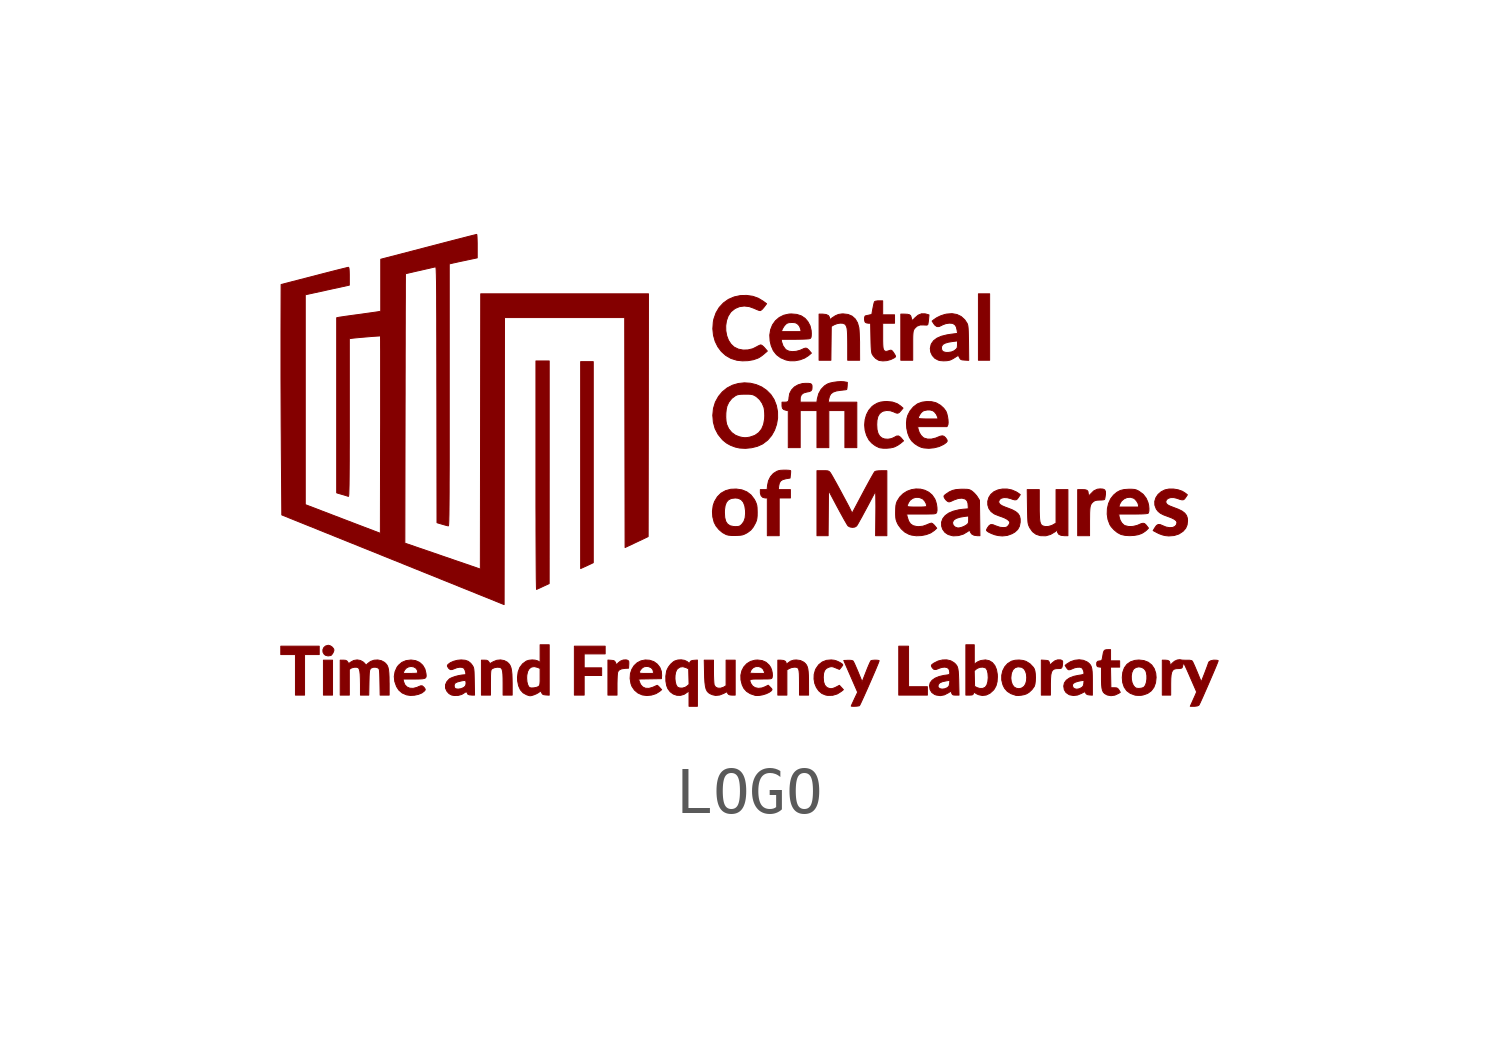
<source format=kicad_sym>
(kicad_symbol_lib
  (version 20220914)
  (generator "bitmap2component")
  (generator_version "8.0")
  (symbol "LOGO"
    (pin_names
      (offset 1.016))
    (property "Reference" "#G"
      (at 0 4.391 0)
      (effects (font (size 1.27 1.27)) hide))
    (symbol "LOGO_0_0"
      (polyline (pts (xy -1.104 -4.548) (xy -1.104 -4.055) (xy -1.174 -4.06) (xy -1.211 -4.064) (xy -1.243 -4.075) (xy -1.261 -4.097) (xy -1.277 -4.13) (xy -1.308 -4.1) (xy -1.322 -4.088) (xy -1.379 -4.061) (xy -1.449 -4.05) (xy -1.522 -4.054) (xy -1.588 -4.075) (xy -1.616 -4.092) (xy -1.673 -4.142) (xy -1.722 -4.206) (xy -1.755 -4.272) (xy -1.763 -4.301) (xy -1.778 -4.399) (xy -1.777 -4.455) (xy -1.583 -4.455) (xy -1.581 -4.383) (xy -1.569 -4.316) (xy -1.547 -4.264) (xy -1.529 -4.241) (xy -1.477 -4.205) (xy -1.415 -4.196) (xy -1.348 -4.215) (xy -1.29 -4.243) (xy -1.286 -4.409) (xy -1.282 -4.575) (xy -1.328 -4.614) (xy -1.367 -4.638) (xy -1.424 -4.653) (xy -1.481 -4.652) (xy -1.525 -4.635) (xy -1.532 -4.629) (xy -1.558 -4.587) (xy -1.575 -4.526) (xy -1.583 -4.455) (xy -1.777 -4.455) (xy -1.777 -4.503) (xy -1.76 -4.6) (xy -1.735 -4.664) (xy -1.684 -4.732) (xy -1.619 -4.78) (xy -1.545 -4.806) (xy -1.467 -4.809) (xy -1.389 -4.787) (xy -1.316 -4.738) (xy -1.283 -4.708) (xy -1.283 -4.875) (xy -1.283 -5.041) (xy -1.193 -5.041) (xy -1.104 -5.041) (xy -1.104 -4.548)) (stroke (width 0.01) (type default)) (fill (type outline)))
      (polyline (pts (xy 2.251 -5.041) (xy 2.294 -5.039) (xy 2.332 -5.034) (xy 2.353 -5.029) (xy 2.353 -5.028) (xy 2.364 -5.01) (xy 2.384 -4.969) (xy 2.412 -4.908) (xy 2.447 -4.832) (xy 2.486 -4.745) (xy 2.529 -4.649) (xy 2.572 -4.55) (xy 2.616 -4.45) (xy 2.657 -4.355) (xy 2.695 -4.267) (xy 2.727 -4.19) (xy 2.752 -4.129) (xy 2.768 -4.087) (xy 2.774 -4.069) (xy 2.77 -4.065) (xy 2.746 -4.06) (xy 2.706 -4.057) (xy 2.663 -4.058) (xy 2.624 -4.062) (xy 2.6 -4.068) (xy 2.595 -4.075) (xy 2.578 -4.107) (xy 2.555 -4.158) (xy 2.527 -4.224) (xy 2.497 -4.3) (xy 2.411 -4.521) (xy 2.324 -4.308) (xy 2.307 -4.268) (xy 2.276 -4.197) (xy 2.25 -4.137) (xy 2.229 -4.095) (xy 2.217 -4.075) (xy 2.211 -4.071) (xy 2.173 -4.061) (xy 2.108 -4.06) (xy 2.019 -4.064) (xy 2.167 -4.402) (xy 2.315 -4.741) (xy 2.246 -4.886) (xy 2.224 -4.934) (xy 2.2 -4.985) (xy 2.184 -5.021) (xy 2.178 -5.036) (xy 2.183 -5.039) (xy 2.21 -5.041) (xy 2.251 -5.041)) (stroke (width 0.01) (type default)) (fill (type outline)))
      (polyline (pts (xy 9.508 -5.041) (xy 9.563 -5.034) (xy 9.595 -5.019) (xy 9.604 -5.004) (xy 9.623 -4.965) (xy 9.65 -4.906) (xy 9.684 -4.831) (xy 9.722 -4.744) (xy 9.764 -4.649) (xy 9.807 -4.55) (xy 9.85 -4.45) (xy 9.891 -4.355) (xy 9.929 -4.266) (xy 9.961 -4.19) (xy 9.986 -4.128) (xy 10.002 -4.087) (xy 10.008 -4.068) (xy 10.002 -4.064) (xy 9.974 -4.059) (xy 9.931 -4.057) (xy 9.902 -4.058) (xy 9.849 -4.07) (xy 9.813 -4.091) (xy 9.799 -4.118) (xy 9.798 -4.121) (xy 9.79 -4.146) (xy 9.773 -4.193) (xy 9.75 -4.254) (xy 9.723 -4.326) (xy 9.646 -4.522) (xy 9.56 -4.311) (xy 9.544 -4.274) (xy 9.514 -4.202) (xy 9.487 -4.142) (xy 9.467 -4.099) (xy 9.455 -4.077) (xy 9.437 -4.066) (xy 9.399 -4.059) (xy 9.338 -4.058) (xy 9.289 -4.058) (xy 9.238 -4.056) (xy 9.206 -4.05) (xy 9.187 -4.047) (xy 9.133 -4.054) (xy 9.075 -4.081) (xy 9.024 -4.125) (xy 8.979 -4.177) (xy 8.979 -4.135) (xy 8.978 -4.121) (xy 8.966 -4.083) (xy 8.934 -4.063) (xy 8.879 -4.057) (xy 8.815 -4.057) (xy 8.815 -4.43) (xy 8.815 -4.803) (xy 8.904 -4.803) (xy 8.994 -4.803) (xy 8.994 -4.578) (xy 8.994 -4.556) (xy 8.996 -4.451) (xy 9.003 -4.371) (xy 9.016 -4.313) (xy 9.037 -4.274) (xy 9.067 -4.25) (xy 9.109 -4.239) (xy 9.165 -4.236) (xy 9.179 -4.236) (xy 9.221 -4.229) (xy 9.239 -4.217) (xy 9.239 -4.216) (xy 9.247 -4.188) (xy 9.257 -4.148) (xy 9.257 -4.148) (xy 9.261 -4.133) (xy 9.267 -4.127) (xy 9.275 -4.132) (xy 9.288 -4.15) (xy 9.306 -4.185) (xy 9.331 -4.24) (xy 9.365 -4.316) (xy 9.409 -4.417) (xy 9.548 -4.735) (xy 9.519 -4.803) (xy 9.505 -4.835) (xy 9.477 -4.896) (xy 9.451 -4.955) (xy 9.412 -5.041) (xy 9.492 -5.041) (xy 9.508 -5.041)) (stroke (width 0.01) (type default)) (fill (type outline)))
      (polyline (pts (xy -7.14 -4.805) (xy -7.056 -4.787) (xy -6.983 -4.757) (xy -6.93 -4.716) (xy -6.913 -4.694) (xy -6.912 -4.675) (xy -6.93 -4.647) (xy -6.943 -4.632) (xy -6.973 -4.606) (xy -7.006 -4.604) (xy -7.053 -4.622) (xy -7.087 -4.638) (xy -7.169 -4.659) (xy -7.242 -4.655) (xy -7.303 -4.628) (xy -7.349 -4.579) (xy -7.375 -4.508) (xy -7.385 -4.46) (xy -7.155 -4.46) (xy -7.122 -4.46) (xy -7.034 -4.459) (xy -6.971 -4.455) (xy -6.929 -4.447) (xy -6.904 -4.434) (xy -6.893 -4.412) (xy -6.891 -4.38) (xy -6.896 -4.337) (xy -6.918 -4.246) (xy -6.965 -4.166) (xy -7.032 -4.105) (xy -7.116 -4.067) (xy -7.214 -4.054) (xy -7.216 -4.054) (xy -7.321 -4.067) (xy -7.409 -4.104) (xy -7.481 -4.166) (xy -7.513 -4.209) (xy -7.555 -4.303) (xy -7.561 -4.34) (xy -7.381 -4.34) (xy -7.366 -4.295) (xy -7.353 -4.268) (xy -7.315 -4.226) (xy -7.266 -4.2) (xy -7.212 -4.192) (xy -7.159 -4.2) (xy -7.114 -4.224) (xy -7.082 -4.264) (xy -7.07 -4.319) (xy -7.071 -4.323) (xy -7.081 -4.332) (xy -7.107 -4.337) (xy -7.154 -4.339) (xy -7.226 -4.34) (xy -7.381 -4.34) (xy -7.561 -4.34) (xy -7.572 -4.405) (xy -7.561 -4.512) (xy -7.523 -4.62) (xy -7.474 -4.696) (xy -7.402 -4.758) (xy -7.311 -4.797) (xy -7.308 -4.798) (xy -7.227 -4.81) (xy -7.14 -4.805)) (stroke (width 0.01) (type default)) (fill (type outline)))
      (polyline (pts (xy -6.211 -4.81) (xy -6.133 -4.789) (xy -6.07 -4.75) (xy -6.045 -4.735) (xy -6.021 -4.739) (xy -6.011 -4.764) (xy -6.004 -4.781) (xy -5.972 -4.797) (xy -5.911 -4.803) (xy -5.859 -4.803) (xy -5.864 -4.514) (xy -5.865 -4.457) (xy -5.867 -4.372) (xy -5.869 -4.309) (xy -5.873 -4.263) (xy -5.878 -4.231) (xy -5.885 -4.207) (xy -5.896 -4.186) (xy -5.91 -4.164) (xy -5.941 -4.124) (xy -5.993 -4.082) (xy -6.059 -4.059) (xy -6.145 -4.052) (xy -6.146 -4.052) (xy -6.226 -4.06) (xy -6.306 -4.081) (xy -6.374 -4.111) (xy -6.422 -4.147) (xy -6.437 -4.166) (xy -6.438 -4.185) (xy -6.422 -4.214) (xy -6.407 -4.235) (xy -6.376 -4.258) (xy -6.339 -4.258) (xy -6.287 -4.238) (xy -6.233 -4.217) (xy -6.171 -4.207) (xy -6.118 -4.212) (xy -6.082 -4.232) (xy -6.08 -4.235) (xy -6.062 -4.27) (xy -6.049 -4.314) (xy -6.047 -4.325) (xy -6.045 -4.356) (xy -6.054 -4.368) (xy -6.081 -4.37) (xy -6.127 -4.374) (xy -6.198 -4.386) (xy -6.272 -4.405) (xy -6.337 -4.428) (xy -6.384 -4.45) (xy -6.399 -4.461) (xy -6.449 -4.516) (xy -6.478 -4.58) (xy -6.478 -4.604) (xy -6.294 -4.604) (xy -6.294 -4.599) (xy -6.287 -4.565) (xy -6.266 -4.541) (xy -6.225 -4.522) (xy -6.16 -4.505) (xy -6.115 -4.495) (xy -6.074 -4.49) (xy -6.051 -4.496) (xy -6.042 -4.514) (xy -6.04 -4.548) (xy -6.042 -4.573) (xy -6.053 -4.608) (xy -6.082 -4.635) (xy -6.091 -4.642) (xy -6.148 -4.666) (xy -6.209 -4.675) (xy -6.261 -4.668) (xy -6.267 -4.665) (xy -6.288 -4.644) (xy -6.294 -4.604) (xy -6.478 -4.604) (xy -6.479 -4.647) (xy -6.476 -4.66) (xy -6.448 -4.721) (xy -6.403 -4.771) (xy -6.349 -4.801) (xy -6.295 -4.811) (xy -6.211 -4.81)) (stroke (width 0.01) (type default)) (fill (type outline)))
      (polyline (pts (xy -4.644 -4.813) (xy -4.592 -4.797) (xy -4.537 -4.774) (xy -4.494 -4.749) (xy -4.446 -4.713) (xy -4.427 -4.754) (xy -4.425 -4.757) (xy -4.408 -4.782) (xy -4.382 -4.794) (xy -4.336 -4.8) (xy -4.266 -4.804) (xy -4.266 -4.266) (xy -4.266 -3.729) (xy -4.363 -3.729) (xy -4.46 -3.729) (xy -4.46 -3.917) (xy -4.46 -4.105) (xy -4.5 -4.078) (xy -4.51 -4.073) (xy -4.564 -4.057) (xy -4.631 -4.052) (xy -4.698 -4.059) (xy -4.754 -4.077) (xy -4.755 -4.078) (xy -4.834 -4.136) (xy -4.893 -4.214) (xy -4.929 -4.31) (xy -4.943 -4.422) (xy -4.942 -4.438) (xy -4.747 -4.438) (xy -4.744 -4.378) (xy -4.726 -4.297) (xy -4.692 -4.238) (xy -4.644 -4.204) (xy -4.585 -4.194) (xy -4.514 -4.211) (xy -4.46 -4.234) (xy -4.46 -4.412) (xy -4.46 -4.432) (xy -4.46 -4.503) (xy -4.463 -4.551) (xy -4.468 -4.582) (xy -4.476 -4.601) (xy -4.489 -4.616) (xy -4.498 -4.622) (xy -4.539 -4.638) (xy -4.591 -4.648) (xy -4.643 -4.651) (xy -4.68 -4.644) (xy -4.7 -4.629) (xy -4.724 -4.584) (xy -4.741 -4.519) (xy -4.747 -4.438) (xy -4.942 -4.438) (xy -4.94 -4.499) (xy -4.919 -4.604) (xy -4.88 -4.69) (xy -4.823 -4.754) (xy -4.75 -4.795) (xy -4.736 -4.8) (xy -4.698 -4.812) (xy -4.676 -4.817) (xy -4.644 -4.813)) (stroke (width 0.01) (type default)) (fill (type outline)))
      (polyline (pts (xy -2.083 -4.802) (xy -1.988 -4.772) (xy -1.909 -4.723) (xy -1.867 -4.687) (xy -1.909 -4.641) (xy -1.92 -4.629) (xy -1.946 -4.604) (xy -1.961 -4.594) (xy -1.965 -4.595) (xy -1.989 -4.605) (xy -2.026 -4.622) (xy -2.054 -4.635) (xy -2.137 -4.659) (xy -2.21 -4.657) (xy -2.272 -4.629) (xy -2.318 -4.577) (xy -2.348 -4.501) (xy -2.357 -4.46) (xy -2.114 -4.456) (xy -1.872 -4.452) (xy -1.867 -4.381) (xy -1.873 -4.297) (xy -1.905 -4.213) (xy -1.96 -4.142) (xy -2.033 -4.089) (xy -2.122 -4.059) (xy -2.217 -4.053) (xy -2.309 -4.072) (xy -2.389 -4.113) (xy -2.455 -4.175) (xy -2.503 -4.253) (xy -2.522 -4.311) (xy -2.342 -4.311) (xy -2.34 -4.303) (xy -2.324 -4.272) (xy -2.296 -4.237) (xy -2.27 -4.214) (xy -2.233 -4.196) (xy -2.183 -4.191) (xy -2.147 -4.195) (xy -2.094 -4.216) (xy -2.057 -4.254) (xy -2.043 -4.302) (xy -2.043 -4.34) (xy -2.192 -4.34) (xy -2.194 -4.34) (xy -2.262 -4.34) (xy -2.305 -4.338) (xy -2.329 -4.333) (xy -2.339 -4.325) (xy -2.342 -4.311) (xy -2.522 -4.311) (xy -2.533 -4.345) (xy -2.54 -4.447) (xy -2.522 -4.557) (xy -2.501 -4.615) (xy -2.447 -4.695) (xy -2.373 -4.758) (xy -2.283 -4.798) (xy -2.28 -4.799) (xy -2.183 -4.812) (xy -2.083 -4.802)) (stroke (width 0.01) (type default)) (fill (type outline)))
      (polyline (pts (xy -0.629 -4.801) (xy -0.541 -4.766) (xy -0.479 -4.731) (xy -0.455 -4.767) (xy -0.44 -4.786) (xy -0.411 -4.799) (xy -0.365 -4.803) (xy -0.298 -4.803) (xy -0.298 -4.43) (xy -0.298 -4.057) (xy -0.395 -4.057) (xy -0.492 -4.057) (xy -0.492 -4.33) (xy -0.492 -4.602) (xy -0.537 -4.629) (xy -0.552 -4.637) (xy -0.613 -4.656) (xy -0.67 -4.654) (xy -0.716 -4.632) (xy -0.745 -4.591) (xy -0.748 -4.578) (xy -0.753 -4.534) (xy -0.757 -4.469) (xy -0.76 -4.389) (xy -0.761 -4.301) (xy -0.761 -4.057) (xy -0.859 -4.057) (xy -0.958 -4.057) (xy -0.952 -4.337) (xy -0.95 -4.424) (xy -0.944 -4.528) (xy -0.934 -4.609) (xy -0.92 -4.67) (xy -0.898 -4.716) (xy -0.869 -4.75) (xy -0.83 -4.775) (xy -0.78 -4.796) (xy -0.715 -4.81) (xy -0.629 -4.801)) (stroke (width 0.01) (type default)) (fill (type outline)))
      (polyline (pts (xy 0.214 -4.81) (xy 0.288 -4.797) (xy 0.363 -4.774) (xy 0.427 -4.744) (xy 0.472 -4.711) (xy 0.48 -4.701) (xy 0.488 -4.684) (xy 0.48 -4.666) (xy 0.452 -4.636) (xy 0.407 -4.591) (xy 0.342 -4.624) (xy 0.275 -4.65) (xy 0.198 -4.659) (xy 0.129 -4.645) (xy 0.074 -4.611) (xy 0.036 -4.556) (xy 0.032 -4.546) (xy 0.019 -4.513) (xy 0.015 -4.49) (xy 0.023 -4.475) (xy 0.046 -4.466) (xy 0.089 -4.461) (xy 0.155 -4.46) (xy 0.246 -4.46) (xy 0.308 -4.459) (xy 0.378 -4.459) (xy 0.427 -4.457) (xy 0.457 -4.454) (xy 0.475 -4.448) (xy 0.485 -4.439) (xy 0.491 -4.426) (xy 0.497 -4.386) (xy 0.493 -4.328) (xy 0.48 -4.267) (xy 0.459 -4.213) (xy 0.425 -4.162) (xy 0.36 -4.102) (xy 0.278 -4.066) (xy 0.178 -4.054) (xy 0.123 -4.058) (xy 0.029 -4.084) (xy -0.05 -4.133) (xy -0.112 -4.2) (xy -0.155 -4.282) (xy -0.166 -4.331) (xy 0.015 -4.331) (xy 0.015 -4.33) (xy 0.023 -4.308) (xy 0.038 -4.274) (xy 0.048 -4.255) (xy 0.09 -4.215) (xy 0.143 -4.194) (xy 0.2 -4.193) (xy 0.253 -4.21) (xy 0.296 -4.246) (xy 0.322 -4.299) (xy 0.331 -4.34) (xy 0.173 -4.34) (xy 0.122 -4.34) (xy 0.066 -4.338) (xy 0.029 -4.335) (xy 0.015 -4.331) (xy -0.166 -4.331) (xy -0.177 -4.376) (xy -0.175 -4.478) (xy -0.148 -4.585) (xy -0.112 -4.659) (xy -0.054 -4.724) (xy 0.024 -4.773) (xy 0.127 -4.808) (xy 0.148 -4.812) (xy 0.214 -4.81)) (stroke (width 0.01) (type default)) (fill (type outline)))
      (polyline (pts (xy 1.782 -4.807) (xy 1.882 -4.777) (xy 1.971 -4.72) (xy 2.011 -4.687) (xy 1.968 -4.64) (xy 1.926 -4.594) (xy 1.855 -4.631) (xy 1.831 -4.643) (xy 1.772 -4.664) (xy 1.721 -4.664) (xy 1.669 -4.645) (xy 1.655 -4.637) (xy 1.613 -4.591) (xy 1.589 -4.521) (xy 1.581 -4.426) (xy 1.587 -4.344) (xy 1.607 -4.28) (xy 1.644 -4.235) (xy 1.698 -4.208) (xy 1.731 -4.199) (xy 1.763 -4.195) (xy 1.797 -4.202) (xy 1.845 -4.221) (xy 1.927 -4.255) (xy 1.962 -4.212) (xy 1.968 -4.205) (xy 1.989 -4.175) (xy 1.998 -4.158) (xy 1.986 -4.14) (xy 1.954 -4.117) (xy 1.909 -4.093) (xy 1.861 -4.072) (xy 1.816 -4.059) (xy 1.751 -4.052) (xy 1.649 -4.061) (xy 1.56 -4.096) (xy 1.484 -4.156) (xy 1.427 -4.238) (xy 1.413 -4.268) (xy 1.387 -4.362) (xy 1.384 -4.459) (xy 1.4 -4.553) (xy 1.435 -4.639) (xy 1.486 -4.712) (xy 1.552 -4.768) (xy 1.632 -4.801) (xy 1.677 -4.809) (xy 1.782 -4.807)) (stroke (width 0.01) (type default)) (fill (type outline)))
      (polyline (pts (xy 4.165 -4.798) (xy 4.254 -4.752) (xy 4.306 -4.717) (xy 4.322 -4.76) (xy 4.326 -4.771) (xy 4.34 -4.792) (xy 4.364 -4.801) (xy 4.408 -4.803) (xy 4.478 -4.803) (xy 4.472 -4.523) (xy 4.471 -4.471) (xy 4.467 -4.373) (xy 4.462 -4.299) (xy 4.454 -4.243) (xy 4.442 -4.2) (xy 4.425 -4.168) (xy 4.401 -4.139) (xy 4.37 -4.111) (xy 4.302 -4.071) (xy 4.217 -4.051) (xy 4.125 -4.053) (xy 4.033 -4.075) (xy 3.945 -4.119) (xy 3.908 -4.145) (xy 3.89 -4.163) (xy 3.889 -4.181) (xy 3.9 -4.206) (xy 3.91 -4.222) (xy 3.942 -4.253) (xy 3.985 -4.257) (xy 4.04 -4.237) (xy 4.047 -4.233) (xy 4.11 -4.212) (xy 4.172 -4.205) (xy 4.223 -4.215) (xy 4.257 -4.239) (xy 4.273 -4.274) (xy 4.281 -4.32) (xy 4.28 -4.329) (xy 4.278 -4.351) (xy 4.266 -4.364) (xy 4.238 -4.371) (xy 4.187 -4.378) (xy 4.156 -4.382) (xy 4.053 -4.406) (xy 3.968 -4.441) (xy 3.903 -4.487) (xy 3.862 -4.542) (xy 3.848 -4.602) (xy 3.848 -4.607) (xy 3.85 -4.619) (xy 4.03 -4.619) (xy 4.034 -4.584) (xy 4.037 -4.575) (xy 4.067 -4.541) (xy 4.125 -4.516) (xy 4.211 -4.498) (xy 4.282 -4.487) (xy 4.278 -4.55) (xy 4.276 -4.565) (xy 4.264 -4.61) (xy 4.236 -4.64) (xy 4.226 -4.646) (xy 4.171 -4.669) (xy 4.115 -4.675) (xy 4.067 -4.665) (xy 4.035 -4.639) (xy 4.03 -4.619) (xy 3.85 -4.619) (xy 3.861 -4.686) (xy 3.897 -4.746) (xy 3.956 -4.788) (xy 3.99 -4.801) (xy 4.077 -4.814) (xy 4.165 -4.798)) (stroke (width 0.01) (type default)) (fill (type outline)))
      (polyline (pts (xy 5.059 -4.801) (xy 5.138 -4.763) (xy 5.209 -4.699) (xy 5.229 -4.674) (xy 5.268 -4.602) (xy 5.29 -4.517) (xy 5.297 -4.413) (xy 5.295 -4.361) (xy 5.277 -4.257) (xy 5.241 -4.172) (xy 5.188 -4.108) (xy 5.121 -4.068) (xy 5.041 -4.052) (xy 4.95 -4.064) (xy 4.926 -4.071) (xy 4.876 -4.093) (xy 4.839 -4.117) (xy 4.803 -4.152) (xy 4.803 -3.94) (xy 4.803 -3.729) (xy 4.713 -3.729) (xy 4.624 -3.729) (xy 4.624 -4.266) (xy 4.624 -4.284) (xy 4.802 -4.284) (xy 4.848 -4.245) (xy 4.863 -4.234) (xy 4.921 -4.21) (xy 4.984 -4.205) (xy 5.041 -4.221) (xy 5.052 -4.228) (xy 5.079 -4.27) (xy 5.095 -4.336) (xy 5.101 -4.425) (xy 5.101 -4.435) (xy 5.092 -4.522) (xy 5.071 -4.59) (xy 5.037 -4.636) (xy 5.032 -4.639) (xy 4.982 -4.66) (xy 4.921 -4.661) (xy 4.862 -4.643) (xy 4.81 -4.616) (xy 4.806 -4.45) (xy 4.802 -4.284) (xy 4.624 -4.284) (xy 4.624 -4.803) (xy 4.7 -4.803) (xy 4.709 -4.803) (xy 4.752 -4.8) (xy 4.774 -4.791) (xy 4.783 -4.773) (xy 4.789 -4.757) (xy 4.804 -4.744) (xy 4.828 -4.759) (xy 4.832 -4.762) (xy 4.861 -4.779) (xy 4.901 -4.796) (xy 4.976 -4.811) (xy 5.059 -4.801)) (stroke (width 0.01) (type default)) (fill (type outline)))
      (polyline (pts (xy 5.806 -4.805) (xy 5.869 -4.793) (xy 5.918 -4.776) (xy 5.972 -4.743) (xy 6.034 -4.685) (xy 6.082 -4.618) (xy 6.084 -4.615) (xy 6.098 -4.568) (xy 6.106 -4.502) (xy 6.109 -4.427) (xy 6.106 -4.352) (xy 6.097 -4.288) (xy 6.083 -4.243) (xy 6.062 -4.209) (xy 5.993 -4.136) (xy 5.908 -4.083) (xy 5.846 -4.064) (xy 5.761 -4.054) (xy 5.674 -4.059) (xy 5.599 -4.079) (xy 5.598 -4.079) (xy 5.517 -4.129) (xy 5.455 -4.198) (xy 5.411 -4.284) (xy 5.389 -4.38) (xy 5.389 -4.439) (xy 5.583 -4.439) (xy 5.592 -4.353) (xy 5.598 -4.327) (xy 5.629 -4.259) (xy 5.676 -4.216) (xy 5.737 -4.199) (xy 5.811 -4.208) (xy 5.819 -4.211) (xy 5.863 -4.241) (xy 5.896 -4.291) (xy 5.916 -4.355) (xy 5.923 -4.426) (xy 5.918 -4.497) (xy 5.9 -4.561) (xy 5.869 -4.614) (xy 5.824 -4.647) (xy 5.783 -4.662) (xy 5.748 -4.665) (xy 5.705 -4.658) (xy 5.656 -4.633) (xy 5.617 -4.584) (xy 5.593 -4.518) (xy 5.583 -4.439) (xy 5.389 -4.439) (xy 5.389 -4.481) (xy 5.415 -4.585) (xy 5.449 -4.655) (xy 5.508 -4.723) (xy 5.587 -4.773) (xy 5.69 -4.808) (xy 5.695 -4.809) (xy 5.744 -4.811) (xy 5.806 -4.805)) (stroke (width 0.01) (type default)) (fill (type outline)))
      (polyline (pts (xy 7.008 -4.801) (xy 7.095 -4.764) (xy 7.12 -4.75) (xy 7.151 -4.734) (xy 7.164 -4.73) (xy 7.17 -4.742) (xy 7.193 -4.777) (xy 7.22 -4.793) (xy 7.261 -4.8) (xy 7.323 -4.804) (xy 7.323 -4.527) (xy 7.323 -4.488) (xy 7.322 -4.385) (xy 7.319 -4.306) (xy 7.312 -4.246) (xy 7.301 -4.202) (xy 7.286 -4.167) (xy 7.264 -4.139) (xy 7.235 -4.112) (xy 7.208 -4.093) (xy 7.13 -4.06) (xy 7.041 -4.049) (xy 6.948 -4.059) (xy 6.857 -4.09) (xy 6.775 -4.141) (xy 6.742 -4.169) (xy 6.771 -4.217) (xy 6.793 -4.247) (xy 6.819 -4.263) (xy 6.854 -4.258) (xy 6.906 -4.236) (xy 6.949 -4.219) (xy 7.005 -4.208) (xy 7.057 -4.207) (xy 7.093 -4.217) (xy 7.114 -4.239) (xy 7.136 -4.283) (xy 7.144 -4.329) (xy 7.144 -4.339) (xy 7.138 -4.354) (xy 7.12 -4.364) (xy 7.085 -4.372) (xy 7.026 -4.381) (xy 6.926 -4.402) (xy 6.834 -4.438) (xy 6.767 -4.485) (xy 6.726 -4.543) (xy 6.714 -4.601) (xy 6.898 -4.601) (xy 6.9 -4.579) (xy 6.915 -4.553) (xy 6.95 -4.532) (xy 6.964 -4.526) (xy 7.018 -4.509) (xy 7.074 -4.497) (xy 7.146 -4.487) (xy 7.141 -4.55) (xy 7.14 -4.565) (xy 7.127 -4.61) (xy 7.099 -4.64) (xy 7.097 -4.641) (xy 7.042 -4.668) (xy 6.989 -4.677) (xy 6.942 -4.667) (xy 6.91 -4.642) (xy 6.898 -4.601) (xy 6.714 -4.601) (xy 6.712 -4.611) (xy 6.724 -4.687) (xy 6.76 -4.747) (xy 6.821 -4.789) (xy 6.838 -4.797) (xy 6.92 -4.812) (xy 7.008 -4.801)) (stroke (width 0.01) (type default)) (fill (type outline)))
      (polyline (pts (xy 7.804 -4.803) (xy 7.884 -4.766) (xy 7.919 -4.743) (xy 7.89 -4.694) (xy 7.883 -4.683) (xy 7.862 -4.659) (xy 7.834 -4.648) (xy 7.789 -4.646) (xy 7.718 -4.646) (xy 7.714 -4.426) (xy 7.71 -4.206) (xy 7.808 -4.206) (xy 7.905 -4.206) (xy 7.905 -4.139) (xy 7.905 -4.072) (xy 7.808 -4.072) (xy 7.711 -4.072) (xy 7.711 -3.952) (xy 7.711 -3.833) (xy 7.66 -3.833) (xy 7.626 -3.834) (xy 7.592 -3.841) (xy 7.571 -3.861) (xy 7.557 -3.899) (xy 7.546 -3.961) (xy 7.541 -3.991) (xy 7.532 -4.036) (xy 7.522 -4.06) (xy 7.509 -4.07) (xy 7.489 -4.072) (xy 7.487 -4.072) (xy 7.441 -4.08) (xy 7.418 -4.104) (xy 7.415 -4.148) (xy 7.42 -4.178) (xy 7.435 -4.196) (xy 7.469 -4.203) (xy 7.517 -4.208) (xy 7.517 -4.434) (xy 7.517 -4.487) (xy 7.52 -4.581) (xy 7.527 -4.652) (xy 7.539 -4.704) (xy 7.558 -4.742) (xy 7.585 -4.769) (xy 7.622 -4.791) (xy 7.643 -4.801) (xy 7.721 -4.815) (xy 7.804 -4.803)) (stroke (width 0.01) (type default)) (fill (type outline)))
      (polyline (pts (xy 8.36 -4.808) (xy 8.407 -4.8) (xy 8.503 -4.767) (xy 8.58 -4.711) (xy 8.636 -4.635) (xy 8.671 -4.539) (xy 8.683 -4.426) (xy 8.675 -4.336) (xy 8.643 -4.239) (xy 8.59 -4.161) (xy 8.516 -4.102) (xy 8.423 -4.066) (xy 8.315 -4.054) (xy 8.229 -4.062) (xy 8.136 -4.093) (xy 8.061 -4.146) (xy 8.006 -4.221) (xy 7.972 -4.316) (xy 7.964 -4.394) (xy 8.153 -4.394) (xy 8.165 -4.322) (xy 8.193 -4.26) (xy 8.207 -4.242) (xy 8.255 -4.212) (xy 8.312 -4.2) (xy 8.371 -4.209) (xy 8.423 -4.236) (xy 8.46 -4.28) (xy 8.474 -4.318) (xy 8.486 -4.386) (xy 8.486 -4.461) (xy 8.475 -4.533) (xy 8.455 -4.593) (xy 8.425 -4.633) (xy 8.409 -4.643) (xy 8.364 -4.656) (xy 8.31 -4.661) (xy 8.264 -4.656) (xy 8.234 -4.641) (xy 8.197 -4.598) (xy 8.17 -4.538) (xy 8.155 -4.468) (xy 8.153 -4.394) (xy 7.964 -4.394) (xy 7.961 -4.43) (xy 7.97 -4.535) (xy 8.002 -4.631) (xy 8.055 -4.708) (xy 8.131 -4.765) (xy 8.229 -4.802) (xy 8.246 -4.805) (xy 8.302 -4.809) (xy 8.36 -4.808)) (stroke (width 0.01) (type default)) (fill (type outline)))
      (polyline (pts (xy -9.486 -4.37) (xy -9.486 -3.938) (xy -9.329 -3.938) (xy -9.173 -3.938) (xy -9.173 -3.848) (xy -9.173 -3.759) (xy -9.583 -3.759) (xy -9.993 -3.759) (xy -9.993 -3.848) (xy -9.993 -3.938) (xy -9.836 -3.938) (xy -9.68 -3.938) (xy -9.68 -4.37) (xy -9.68 -4.803) (xy -9.583 -4.803) (xy -9.486 -4.803) (xy -9.486 -4.37)) (stroke (width 0.01) (type default)) (fill (type outline)))
      (polyline (pts (xy -8.889 -4.43) (xy -8.889 -4.057) (xy -8.986 -4.057) (xy -9.083 -4.057) (xy -9.083 -4.43) (xy -9.083 -4.803) (xy -8.986 -4.803) (xy -8.889 -4.803) (xy -8.889 -4.43)) (stroke (width 0.01) (type default)) (fill (type outline)))
      (polyline (pts (xy -8.531 -4.528) (xy -8.531 -4.254) (xy -8.495 -4.23) (xy -8.48 -4.222) (xy -8.431 -4.209) (xy -8.38 -4.207) (xy -8.34 -4.219) (xy -8.335 -4.223) (xy -8.319 -4.249) (xy -8.307 -4.294) (xy -8.299 -4.362) (xy -8.295 -4.455) (xy -8.293 -4.575) (xy -8.293 -4.803) (xy -8.204 -4.803) (xy -8.116 -4.803) (xy -8.111 -4.536) (xy -8.11 -4.492) (xy -8.108 -4.406) (xy -8.105 -4.344) (xy -8.101 -4.3) (xy -8.096 -4.271) (xy -8.088 -4.252) (xy -8.078 -4.237) (xy -8.058 -4.222) (xy -8.01 -4.207) (xy -7.957 -4.209) (xy -7.911 -4.227) (xy -7.903 -4.234) (xy -7.895 -4.248) (xy -7.889 -4.269) (xy -7.885 -4.304) (xy -7.882 -4.355) (xy -7.88 -4.427) (xy -7.878 -4.525) (xy -7.873 -4.803) (xy -7.777 -4.803) (xy -7.681 -4.803) (xy -7.681 -4.553) (xy -7.682 -4.527) (xy -7.683 -4.417) (xy -7.687 -4.332) (xy -7.694 -4.266) (xy -7.704 -4.217) (xy -7.718 -4.179) (xy -7.738 -4.147) (xy -7.778 -4.106) (xy -7.846 -4.069) (xy -7.924 -4.053) (xy -8.004 -4.058) (xy -8.079 -4.085) (xy -8.142 -4.133) (xy -8.171 -4.164) (xy -8.213 -4.117) (xy -8.23 -4.1) (xy -8.293 -4.064) (xy -8.364 -4.052) (xy -8.438 -4.064) (xy -8.506 -4.102) (xy -8.543 -4.131) (xy -8.567 -4.094) (xy -8.584 -4.073) (xy -8.613 -4.06) (xy -8.658 -4.057) (xy -8.725 -4.057) (xy -8.725 -4.43) (xy -8.725 -4.803) (xy -8.628 -4.803) (xy -8.531 -4.803) (xy -8.531 -4.528)) (stroke (width 0.01) (type default)) (fill (type outline)))
      (polyline (pts (xy -5.519 -4.536) (xy -5.518 -4.479) (xy -5.518 -4.397) (xy -5.516 -4.339) (xy -5.513 -4.299) (xy -5.508 -4.273) (xy -5.501 -4.256) (xy -5.49 -4.245) (xy -5.479 -4.237) (xy -5.431 -4.217) (xy -5.374 -4.207) (xy -5.321 -4.211) (xy -5.304 -4.217) (xy -5.284 -4.232) (xy -5.27 -4.259) (xy -5.26 -4.3) (xy -5.254 -4.359) (xy -5.251 -4.442) (xy -5.25 -4.55) (xy -5.25 -4.803) (xy -5.153 -4.803) (xy -5.056 -4.803) (xy -5.056 -4.56) (xy -5.058 -4.452) (xy -5.061 -4.357) (xy -5.069 -4.283) (xy -5.08 -4.225) (xy -5.096 -4.181) (xy -5.117 -4.144) (xy -5.159 -4.101) (xy -5.226 -4.066) (xy -5.304 -4.052) (xy -5.385 -4.06) (xy -5.463 -4.092) (xy -5.53 -4.131) (xy -5.555 -4.094) (xy -5.572 -4.073) (xy -5.6 -4.06) (xy -5.646 -4.057) (xy -5.712 -4.057) (xy -5.712 -4.43) (xy -5.712 -4.803) (xy -5.615 -4.803) (xy -5.519 -4.803) (xy -5.519 -4.536)) (stroke (width 0.01) (type default)) (fill (type outline)))
      (polyline (pts (xy -3.52 -4.594) (xy -3.52 -4.385) (xy -3.333 -4.385) (xy -3.147 -4.385) (xy -3.147 -4.303) (xy -3.147 -4.221) (xy -3.333 -4.221) (xy -3.52 -4.221) (xy -3.52 -4.072) (xy -3.52 -3.923) (xy -3.296 -3.923) (xy -3.072 -3.923) (xy -3.072 -3.841) (xy -3.072 -3.759) (xy -3.401 -3.759) (xy -3.729 -3.759) (xy -3.729 -4.28) (xy -3.729 -4.803) (xy -3.624 -4.803) (xy -3.52 -4.803) (xy -3.52 -4.594)) (stroke (width 0.01) (type default)) (fill (type outline)))
      (polyline (pts (xy -2.819 -4.572) (xy -2.819 -4.555) (xy -2.817 -4.465) (xy -2.814 -4.39) (xy -2.809 -4.335) (xy -2.802 -4.305) (xy -2.798 -4.297) (xy -2.768 -4.263) (xy -2.719 -4.242) (xy -2.647 -4.232) (xy -2.573 -4.228) (xy -2.568 -4.15) (xy -2.567 -4.117) (xy -2.569 -4.085) (xy -2.58 -4.068) (xy -2.603 -4.056) (xy -2.627 -4.051) (xy -2.686 -4.054) (xy -2.745 -4.077) (xy -2.793 -4.115) (xy -2.83 -4.159) (xy -2.85 -4.111) (xy -2.855 -4.101) (xy -2.872 -4.077) (xy -2.897 -4.065) (xy -2.942 -4.06) (xy -3.013 -4.055) (xy -3.013 -4.429) (xy -3.013 -4.803) (xy -2.916 -4.803) (xy -2.819 -4.803) (xy -2.819 -4.572)) (stroke (width 0.01) (type default)) (fill (type outline)))
      (polyline (pts (xy 0.805 -4.534) (xy 0.805 -4.265) (xy 0.854 -4.236) (xy 0.906 -4.215) (xy 0.965 -4.206) (xy 0.989 -4.207) (xy 1.019 -4.212) (xy 1.04 -4.224) (xy 1.056 -4.249) (xy 1.065 -4.289) (xy 1.071 -4.348) (xy 1.073 -4.43) (xy 1.074 -4.537) (xy 1.074 -4.803) (xy 1.171 -4.803) (xy 1.268 -4.803) (xy 1.267 -4.538) (xy 1.267 -4.489) (xy 1.265 -4.384) (xy 1.26 -4.304) (xy 1.252 -4.242) (xy 1.239 -4.196) (xy 1.222 -4.159) (xy 1.198 -4.129) (xy 1.167 -4.101) (xy 1.095 -4.065) (xy 1.006 -4.053) (xy 0.949 -4.057) (xy 0.884 -4.078) (xy 0.824 -4.121) (xy 0.79 -4.152) (xy 0.79 -4.12) (xy 0.79 -4.119) (xy 0.776 -4.085) (xy 0.737 -4.064) (xy 0.672 -4.057) (xy 0.612 -4.057) (xy 0.612 -4.43) (xy 0.612 -4.803) (xy 0.709 -4.803) (xy 0.805 -4.803) (xy 0.805 -4.534)) (stroke (width 0.01) (type default)) (fill (type outline)))
      (polyline (pts (xy 3.803 -4.713) (xy 3.803 -4.624) (xy 3.602 -4.624) (xy 3.401 -4.624) (xy 3.401 -4.191) (xy 3.401 -3.759) (xy 3.296 -3.759) (xy 3.192 -3.759) (xy 3.192 -4.28) (xy 3.192 -4.803) (xy 3.498 -4.803) (xy 3.803 -4.803) (xy 3.803 -4.713)) (stroke (width 0.01) (type default)) (fill (type outline)))
      (polyline (pts (xy 6.428 -4.578) (xy 6.428 -4.556) (xy 6.431 -4.451) (xy 6.437 -4.371) (xy 6.45 -4.313) (xy 6.471 -4.274) (xy 6.502 -4.25) (xy 6.544 -4.239) (xy 6.599 -4.236) (xy 6.62 -4.236) (xy 6.652 -4.232) (xy 6.67 -4.218) (xy 6.68 -4.188) (xy 6.687 -4.134) (xy 6.688 -4.121) (xy 6.689 -4.086) (xy 6.679 -4.067) (xy 6.654 -4.055) (xy 6.641 -4.051) (xy 6.582 -4.051) (xy 6.521 -4.073) (xy 6.466 -4.116) (xy 6.422 -4.162) (xy 6.407 -4.113) (xy 6.399 -4.091) (xy 6.385 -4.072) (xy 6.359 -4.064) (xy 6.313 -4.06) (xy 6.234 -4.055) (xy 6.234 -4.429) (xy 6.234 -4.803) (xy 6.331 -4.803) (xy 6.428 -4.803) (xy 6.428 -4.578)) (stroke (width 0.01) (type default)) (fill (type outline)))
      (polyline (pts (xy -8.927 -3.958) (xy -8.914 -3.95) (xy -8.889 -3.918) (xy -8.868 -3.878) (xy -8.859 -3.842) (xy -8.865 -3.818) (xy -8.892 -3.781) (xy -8.932 -3.753) (xy -8.975 -3.74) (xy -8.988 -3.741) (xy -9.039 -3.756) (xy -9.076 -3.79) (xy -9.095 -3.836) (xy -9.093 -3.886) (xy -9.066 -3.933) (xy -9.039 -3.953) (xy -8.985 -3.967) (xy -8.927 -3.958)) (stroke (width 0.01) (type default)) (fill (type outline)))
      (polyline (pts (xy -5.224 0.19) (xy -5.22 3.252) (xy -3.938 3.252) (xy -2.655 3.252) (xy -2.651 0.799) (xy -2.647 -1.654) (xy -2.401 -1.538) (xy -2.155 -1.421) (xy -2.151 1.169) (xy -2.148 3.759) (xy -3.937 3.759) (xy -5.727 3.759) (xy -5.731 0.823) (xy -5.735 -2.114) (xy -6.54 -1.837) (xy -7.346 -1.56) (xy -7.341 1.312) (xy -7.341 1.347) (xy -7.34 1.637) (xy -7.34 1.918) (xy -7.339 2.189) (xy -7.339 2.45) (xy -7.338 2.698) (xy -7.338 2.932) (xy -7.337 3.151) (xy -7.337 3.352) (xy -7.336 3.536) (xy -7.335 3.699) (xy -7.335 3.842) (xy -7.335 3.962) (xy -7.334 4.058) (xy -7.334 4.128) (xy -7.333 4.171) (xy -7.333 4.186) (xy -7.331 4.187) (xy -7.308 4.193) (xy -7.262 4.204) (xy -7.196 4.219) (xy -7.116 4.238) (xy -7.025 4.258) (xy -6.999 4.264) (xy -6.908 4.285) (xy -6.827 4.303) (xy -6.761 4.319) (xy -6.715 4.329) (xy -6.693 4.335) (xy -6.692 4.335) (xy -6.689 4.334) (xy -6.686 4.33) (xy -6.684 4.322) (xy -6.681 4.307) (xy -6.679 4.286) (xy -6.677 4.256) (xy -6.676 4.216) (xy -6.674 4.166) (xy -6.673 4.103) (xy -6.671 4.027) (xy -6.67 3.936) (xy -6.669 3.83) (xy -6.668 3.706) (xy -6.668 3.563) (xy -6.667 3.401) (xy -6.666 3.218) (xy -6.666 3.013) (xy -6.665 2.784) (xy -6.665 2.531) (xy -6.664 2.251) (xy -6.664 1.944) (xy -6.663 1.609) (xy -6.66 -1.125) (xy -6.548 -1.158) (xy -6.537 -1.161) (xy -6.482 -1.177) (xy -6.44 -1.188) (xy -6.417 -1.192) (xy -6.417 -1.192) (xy -6.414 -1.184) (xy -6.412 -1.164) (xy -6.41 -1.132) (xy -6.408 -1.086) (xy -6.407 -1.025) (xy -6.405 -0.948) (xy -6.404 -0.854) (xy -6.403 -0.743) (xy -6.402 -0.612) (xy -6.401 -0.461) (xy -6.401 -0.289) (xy -6.4 -0.094) (xy -6.399 0.124) (xy -6.399 0.366) (xy -6.399 0.634) (xy -6.399 0.929) (xy -6.399 1.251) (xy -6.399 1.602) (xy -6.399 4.397) (xy -6.298 4.42) (xy -6.297 4.42) (xy -6.242 4.432) (xy -6.168 4.449) (xy -6.084 4.466) (xy -6 4.484) (xy -5.802 4.526) (xy -5.802 4.776) (xy -5.802 4.84) (xy -5.804 4.914) (xy -5.806 4.973) (xy -5.809 5.013) (xy -5.813 5.027) (xy -5.822 5.025) (xy -5.858 5.016) (xy -5.919 5.001) (xy -6.002 4.98) (xy -6.106 4.953) (xy -6.227 4.922) (xy -6.363 4.887) (xy -6.513 4.848) (xy -6.673 4.806) (xy -6.842 4.762) (xy -7.86 4.497) (xy -7.86 3.942) (xy -7.86 3.388) (xy -7.901 3.38) (xy -7.922 3.376) (xy -7.97 3.369) (xy -8.039 3.359) (xy -8.125 3.347) (xy -8.224 3.333) (xy -8.33 3.318) (xy -8.424 3.306) (xy -8.523 3.292) (xy -8.611 3.28) (xy -8.682 3.269) (xy -8.733 3.262) (xy -8.759 3.257) (xy -8.8 3.249) (xy -8.8 1.381) (xy -8.8 -0.488) (xy -8.684 -0.522) (xy -8.67 -0.526) (xy -8.615 -0.542) (xy -8.572 -0.556) (xy -8.55 -0.563) (xy -8.549 -0.563) (xy -8.546 -0.557) (xy -8.544 -0.538) (xy -8.541 -0.507) (xy -8.54 -0.46) (xy -8.538 -0.398) (xy -8.536 -0.318) (xy -8.535 -0.219) (xy -8.534 -0.1) (xy -8.533 0.041) (xy -8.532 0.204) (xy -8.532 0.392) (xy -8.531 0.606) (xy -8.531 0.847) (xy -8.531 1.116) (xy -8.531 2.802) (xy -8.468 2.811) (xy -8.434 2.815) (xy -8.374 2.821) (xy -8.3 2.828) (xy -8.218 2.835) (xy -8.134 2.842) (xy -8.053 2.849) (xy -7.981 2.854) (xy -7.921 2.858) (xy -7.881 2.86) (xy -7.866 2.859) (xy -7.865 2.85) (xy -7.865 2.812) (xy -7.864 2.748) (xy -7.864 2.658) (xy -7.863 2.545) (xy -7.863 2.41) (xy -7.863 2.255) (xy -7.863 2.082) (xy -7.863 1.892) (xy -7.863 1.687) (xy -7.863 1.469) (xy -7.863 1.239) (xy -7.863 0.999) (xy -7.864 0.751) (xy -7.868 -1.351) (xy -8.669 -1.045) (xy -9.471 -0.738) (xy -9.471 1.5) (xy -9.471 3.738) (xy -9.001 3.841) (xy -8.531 3.944) (xy -8.531 4.135) (xy -8.531 4.169) (xy -8.533 4.242) (xy -8.536 4.291) (xy -8.542 4.317) (xy -8.55 4.325) (xy -8.551 4.325) (xy -8.572 4.321) (xy -8.618 4.309) (xy -8.688 4.292) (xy -8.777 4.27) (xy -8.883 4.243) (xy -9.004 4.212) (xy -9.136 4.178) (xy -9.277 4.141) (xy -9.986 3.958) (xy -9.989 2.922) (xy -9.989 2.856) (xy -9.989 2.667) (xy -9.989 2.454) (xy -9.989 2.223) (xy -9.989 1.978) (xy -9.988 1.722) (xy -9.987 1.462) (xy -9.986 1.202) (xy -9.985 0.946) (xy -9.983 0.698) (xy -9.982 0.464) (xy -9.971 -0.959) (xy -7.599 -1.915) (xy -5.228 -2.872) (xy -5.224 0.19)) (stroke (width 0.01) (type default)) (fill (type outline)))
      (polyline (pts (xy -4.529 -2.545) (xy -4.499 -2.531) (xy -4.452 -2.51) (xy -4.395 -2.483) (xy -4.267 -2.424) (xy -4.266 -0.048) (xy -4.266 2.327) (xy -4.407 2.327) (xy -4.549 2.327) (xy -4.549 -0.113) (xy -4.549 -0.23) (xy -4.549 -0.513) (xy -4.549 -0.783) (xy -4.548 -1.04) (xy -4.548 -1.28) (xy -4.547 -1.504) (xy -4.546 -1.71) (xy -4.545 -1.896) (xy -4.544 -2.062) (xy -4.543 -2.205) (xy -4.542 -2.326) (xy -4.54 -2.421) (xy -4.539 -2.491) (xy -4.537 -2.534) (xy -4.536 -2.548) (xy -4.529 -2.545)) (stroke (width 0.01) (type default)) (fill (type outline)))
      (polyline (pts (xy -3.516 -2.067) (xy -3.486 -2.054) (xy -3.429 -2.027) (xy -3.382 -2.005) (xy -3.326 -1.978) (xy -3.326 0.167) (xy -3.326 2.312) (xy -3.46 2.312) (xy -3.595 2.312) (xy -3.595 0.105) (xy -3.595 -2.103) (xy -3.516 -2.067)) (stroke (width 0.01) (type default)) (fill (type outline)))
      (polyline (pts (xy 4.467 -1.399) (xy 4.572 -1.367) (xy 4.667 -1.31) (xy 4.703 -1.282) (xy 4.723 -1.327) (xy 4.747 -1.364) (xy 4.798 -1.392) (xy 4.872 -1.402) (xy 4.924 -1.402) (xy 4.919 -1.024) (xy 4.914 -0.646) (xy 4.869 -0.573) (xy 4.851 -0.547) (xy 4.806 -0.496) (xy 4.76 -0.455) (xy 4.753 -0.45) (xy 4.723 -0.431) (xy 4.695 -0.42) (xy 4.662 -0.413) (xy 4.614 -0.411) (xy 4.544 -0.41) (xy 4.505 -0.411) (xy 4.413 -0.418) (xy 4.338 -0.436) (xy 4.27 -0.467) (xy 4.199 -0.515) (xy 4.179 -0.53) (xy 4.159 -0.551) (xy 4.157 -0.57) (xy 4.169 -0.598) (xy 4.194 -0.634) (xy 4.228 -0.665) (xy 4.23 -0.666) (xy 4.252 -0.678) (xy 4.273 -0.679) (xy 4.303 -0.67) (xy 4.351 -0.648) (xy 4.37 -0.639) (xy 4.463 -0.607) (xy 4.541 -0.6) (xy 4.606 -0.618) (xy 4.622 -0.627) (xy 4.651 -0.658) (xy 4.668 -0.705) (xy 4.674 -0.774) (xy 4.676 -0.828) (xy 4.558 -0.838) (xy 4.475 -0.849) (xy 4.356 -0.878) (xy 4.257 -0.92) (xy 4.182 -0.975) (xy 4.131 -1.04) (xy 4.105 -1.114) (xy 4.106 -1.132) (xy 4.34 -1.132) (xy 4.343 -1.108) (xy 4.367 -1.066) (xy 4.417 -1.033) (xy 4.493 -1.008) (xy 4.598 -0.99) (xy 4.683 -0.98) (xy 4.683 -1.061) (xy 4.683 -1.094) (xy 4.677 -1.129) (xy 4.662 -1.152) (xy 4.633 -1.175) (xy 4.629 -1.178) (xy 4.58 -1.205) (xy 4.533 -1.223) (xy 4.529 -1.224) (xy 4.489 -1.234) (xy 4.46 -1.237) (xy 4.443 -1.235) (xy 4.39 -1.215) (xy 4.354 -1.179) (xy 4.34 -1.132) (xy 4.106 -1.132) (xy 4.107 -1.197) (xy 4.128 -1.262) (xy 4.176 -1.329) (xy 4.245 -1.376) (xy 4.333 -1.401) (xy 4.359 -1.405) (xy 4.467 -1.399)) (stroke (width 0.01) (type default)) (fill (type outline)))
      (polyline (pts (xy 5.507 -1.396) (xy 5.607 -1.36) (xy 5.668 -1.325) (xy 5.729 -1.269) (xy 5.766 -1.201) (xy 5.783 -1.115) (xy 5.783 -1.044) (xy 5.769 -0.982) (xy 5.737 -0.931) (xy 5.685 -0.887) (xy 5.609 -0.847) (xy 5.506 -0.807) (xy 5.477 -0.797) (xy 5.405 -0.767) (xy 5.358 -0.739) (xy 5.332 -0.71) (xy 5.325 -0.679) (xy 5.325 -0.67) (xy 5.343 -0.629) (xy 5.382 -0.601) (xy 5.437 -0.588) (xy 5.505 -0.591) (xy 5.578 -0.61) (xy 5.619 -0.625) (xy 5.665 -0.637) (xy 5.697 -0.635) (xy 5.721 -0.618) (xy 5.747 -0.583) (xy 5.785 -0.525) (xy 5.73 -0.486) (xy 5.7 -0.467) (xy 5.605 -0.426) (xy 5.505 -0.406) (xy 5.403 -0.406) (xy 5.308 -0.425) (xy 5.223 -0.463) (xy 5.156 -0.521) (xy 5.115 -0.585) (xy 5.091 -0.666) (xy 5.092 -0.746) (xy 5.116 -0.822) (xy 5.163 -0.888) (xy 5.232 -0.938) (xy 5.272 -0.955) (xy 5.33 -0.978) (xy 5.391 -0.999) (xy 5.447 -1.021) (xy 5.509 -1.054) (xy 5.549 -1.09) (xy 5.563 -1.125) (xy 5.563 -1.127) (xy 5.551 -1.155) (xy 5.528 -1.188) (xy 5.519 -1.198) (xy 5.494 -1.218) (xy 5.462 -1.227) (xy 5.412 -1.228) (xy 5.352 -1.222) (xy 5.257 -1.19) (xy 5.202 -1.167) (xy 5.157 -1.164) (xy 5.122 -1.185) (xy 5.088 -1.231) (xy 5.078 -1.248) (xy 5.065 -1.276) (xy 5.066 -1.292) (xy 5.082 -1.307) (xy 5.107 -1.325) (xy 5.171 -1.356) (xy 5.244 -1.383) (xy 5.316 -1.399) (xy 5.401 -1.407) (xy 5.507 -1.396)) (stroke (width 0.01) (type default)) (fill (type outline)))
      (polyline (pts (xy 6.432 -1.374) (xy 6.528 -1.317) (xy 6.575 -1.281) (xy 6.58 -1.322) (xy 6.582 -1.332) (xy 6.606 -1.371) (xy 6.655 -1.394) (xy 6.73 -1.402) (xy 6.801 -1.402) (xy 6.801 -0.91) (xy 6.801 -0.418) (xy 6.674 -0.418) (xy 6.548 -0.418) (xy 6.548 -0.775) (xy 6.548 -1.132) (xy 6.483 -1.17) (xy 6.455 -1.184) (xy 6.386 -1.204) (xy 6.318 -1.207) (xy 6.262 -1.192) (xy 6.249 -1.184) (xy 6.229 -1.165) (xy 6.215 -1.137) (xy 6.204 -1.098) (xy 6.197 -1.042) (xy 6.193 -0.968) (xy 6.19 -0.87) (xy 6.19 -0.746) (xy 6.19 -0.418) (xy 6.061 -0.418) (xy 5.933 -0.418) (xy 5.938 -0.779) (xy 5.939 -0.835) (xy 5.941 -0.936) (xy 5.943 -1.013) (xy 5.946 -1.071) (xy 5.949 -1.114) (xy 5.955 -1.147) (xy 5.962 -1.173) (xy 5.972 -1.198) (xy 5.985 -1.225) (xy 5.99 -1.235) (xy 6.046 -1.315) (xy 6.119 -1.37) (xy 6.206 -1.399) (xy 6.226 -1.402) (xy 6.332 -1.403) (xy 6.432 -1.374)) (stroke (width 0.01) (type default)) (fill (type outline)))
      (polyline (pts (xy 9.067 -1.398) (xy 9.168 -1.366) (xy 9.254 -1.31) (xy 9.257 -1.308) (xy 9.313 -1.244) (xy 9.344 -1.171) (xy 9.354 -1.083) (xy 9.35 -1.028) (xy 9.331 -0.97) (xy 9.294 -0.921) (xy 9.237 -0.877) (xy 9.156 -0.837) (xy 9.048 -0.796) (xy 8.976 -0.768) (xy 8.925 -0.741) (xy 8.898 -0.712) (xy 8.889 -0.679) (xy 8.889 -0.674) (xy 8.905 -0.633) (xy 8.943 -0.604) (xy 8.996 -0.588) (xy 9.06 -0.588) (xy 9.128 -0.604) (xy 9.192 -0.627) (xy 9.236 -0.637) (xy 9.266 -0.634) (xy 9.289 -0.618) (xy 9.312 -0.587) (xy 9.35 -0.529) (xy 9.309 -0.496) (xy 9.241 -0.453) (xy 9.152 -0.422) (xy 9.054 -0.406) (xy 8.957 -0.406) (xy 8.871 -0.424) (xy 8.791 -0.464) (xy 8.724 -0.522) (xy 8.678 -0.592) (xy 8.654 -0.669) (xy 8.656 -0.749) (xy 8.685 -0.827) (xy 8.69 -0.836) (xy 8.726 -0.883) (xy 8.775 -0.923) (xy 8.843 -0.958) (xy 8.934 -0.992) (xy 9.007 -1.019) (xy 9.075 -1.053) (xy 9.115 -1.086) (xy 9.128 -1.121) (xy 9.117 -1.168) (xy 9.084 -1.205) (xy 9.034 -1.226) (xy 8.969 -1.23) (xy 8.895 -1.217) (xy 8.817 -1.185) (xy 8.771 -1.165) (xy 8.728 -1.162) (xy 8.691 -1.184) (xy 8.656 -1.233) (xy 8.62 -1.293) (xy 8.708 -1.34) (xy 8.752 -1.361) (xy 8.818 -1.385) (xy 8.876 -1.399) (xy 8.952 -1.407) (xy 9.067 -1.398)) (stroke (width 0.01) (type default)) (fill (type outline)))
      (polyline (pts (xy -0.251 -1.396) (xy -0.189 -1.392) (xy -0.144 -1.385) (xy -0.105 -1.371) (xy -0.062 -1.35) (xy -0.03 -1.331) (xy 0.035 -1.281) (xy 0.086 -1.218) (xy 0.133 -1.133) (xy 0.142 -1.113) (xy 0.158 -1.072) (xy 0.166 -1.029) (xy 0.171 -0.976) (xy 0.172 -0.902) (xy 0.171 -0.865) (xy 0.169 -0.802) (xy 0.163 -0.754) (xy 0.151 -0.714) (xy 0.133 -0.67) (xy 0.107 -0.622) (xy 0.038 -0.532) (xy -0.049 -0.466) (xy -0.153 -0.424) (xy -0.275 -0.406) (xy -0.393 -0.411) (xy -0.504 -0.441) (xy -0.6 -0.495) (xy -0.678 -0.573) (xy -0.739 -0.675) (xy -0.768 -0.762) (xy -0.783 -0.88) (xy -0.782 -0.91) (xy -0.528 -0.91) (xy -0.527 -0.858) (xy -0.513 -0.76) (xy -0.485 -0.686) (xy -0.439 -0.635) (xy -0.377 -0.606) (xy -0.295 -0.597) (xy -0.236 -0.603) (xy -0.171 -0.632) (xy -0.124 -0.685) (xy -0.093 -0.763) (xy -0.078 -0.865) (xy -0.076 -0.927) (xy -0.086 -1.023) (xy -0.112 -1.099) (xy -0.156 -1.159) (xy -0.178 -1.179) (xy -0.206 -1.198) (xy -0.241 -1.206) (xy -0.293 -1.208) (xy -0.331 -1.206) (xy -0.406 -1.19) (xy -0.462 -1.153) (xy -0.5 -1.096) (xy -0.521 -1.015) (xy -0.528 -0.91) (xy -0.782 -0.91) (xy -0.776 -1) (xy -0.747 -1.115) (xy -0.706 -1.194) (xy -0.643 -1.271) (xy -0.568 -1.335) (xy -0.489 -1.378) (xy -0.444 -1.39) (xy -0.375 -1.397) (xy -0.283 -1.397) (xy -0.251 -1.396)) (stroke (width 0.01) (type default)) (fill (type outline)))
      (polyline (pts (xy 0.641 -0.999) (xy 0.641 -0.597) (xy 0.761 -0.597) (xy 0.88 -0.597) (xy 0.88 -0.507) (xy 0.88 -0.418) (xy 0.751 -0.418) (xy 0.622 -0.418) (xy 0.631 -0.34) (xy 0.644 -0.28) (xy 0.671 -0.234) (xy 0.717 -0.205) (xy 0.787 -0.186) (xy 0.873 -0.172) (xy 0.881 -0.097) (xy 0.884 -0.07) (xy 0.886 -0.033) (xy 0.885 -0.015) (xy 0.869 -0.009) (xy 0.83 -0.005) (xy 0.778 -0.003) (xy 0.721 -0.004) (xy 0.669 -0.007) (xy 0.63 -0.014) (xy 0.593 -0.027) (xy 0.517 -0.074) (xy 0.456 -0.144) (xy 0.413 -0.231) (xy 0.392 -0.331) (xy 0.384 -0.418) (xy 0.311 -0.418) (xy 0.239 -0.418) (xy 0.239 -0.477) (xy 0.239 -0.492) (xy 0.255 -0.548) (xy 0.291 -0.584) (xy 0.343 -0.597) (xy 0.388 -0.597) (xy 0.388 -0.999) (xy 0.388 -1.402) (xy 0.515 -1.402) (xy 0.641 -1.402) (xy 0.641 -0.999)) (stroke (width 0.01) (type default)) (fill (type outline)))
      (polyline (pts (xy 1.689 -0.918) (xy 1.693 -0.433) (xy 1.885 -0.795) (xy 1.886 -0.796) (xy 1.938 -0.893) (xy 1.987 -0.982) (xy 2.03 -1.06) (xy 2.067 -1.123) (xy 2.093 -1.168) (xy 2.108 -1.189) (xy 2.112 -1.194) (xy 2.153 -1.216) (xy 2.205 -1.224) (xy 2.255 -1.217) (xy 2.292 -1.194) (xy 2.302 -1.179) (xy 2.326 -1.139) (xy 2.359 -1.079) (xy 2.401 -1.005) (xy 2.447 -0.919) (xy 2.498 -0.825) (xy 2.541 -0.745) (xy 2.587 -0.658) (xy 2.627 -0.582) (xy 2.66 -0.521) (xy 2.682 -0.479) (xy 2.693 -0.46) (xy 2.693 -0.459) (xy 2.697 -0.467) (xy 2.7 -0.504) (xy 2.702 -0.569) (xy 2.703 -0.66) (xy 2.704 -0.777) (xy 2.703 -0.918) (xy 2.698 -1.402) (xy 2.818 -1.402) (xy 2.938 -1.402) (xy 2.938 -0.708) (xy 2.938 -0.015) (xy 2.822 -0.015) (xy 2.763 -0.017) (xy 2.711 -0.023) (xy 2.682 -0.034) (xy 2.675 -0.042) (xy 2.655 -0.074) (xy 2.624 -0.128) (xy 2.584 -0.199) (xy 2.537 -0.285) (xy 2.484 -0.382) (xy 2.428 -0.487) (xy 2.197 -0.923) (xy 2.164 -0.853) (xy 2.16 -0.846) (xy 2.134 -0.792) (xy 2.098 -0.723) (xy 2.054 -0.641) (xy 2.006 -0.552) (xy 1.956 -0.458) (xy 1.906 -0.366) (xy 1.858 -0.278) (xy 1.814 -0.2) (xy 1.778 -0.135) (xy 1.75 -0.088) (xy 1.735 -0.063) (xy 1.716 -0.04) (xy 1.698 -0.026) (xy 1.674 -0.018) (xy 1.634 -0.015) (xy 1.573 -0.015) (xy 1.447 -0.015) (xy 1.447 -0.708) (xy 1.447 -1.402) (xy 1.566 -1.402) (xy 1.685 -1.402) (xy 1.689 -0.918)) (stroke (width 0.01) (type default)) (fill (type outline)))
      (polyline (pts (xy 3.675 -1.399) (xy 3.78 -1.378) (xy 3.874 -1.342) (xy 3.95 -1.29) (xy 4.002 -1.242) (xy 3.959 -1.188) (xy 3.945 -1.172) (xy 3.914 -1.144) (xy 3.89 -1.133) (xy 3.873 -1.137) (xy 3.834 -1.15) (xy 3.786 -1.171) (xy 3.706 -1.199) (xy 3.617 -1.208) (xy 3.575 -1.206) (xy 3.499 -1.188) (xy 3.442 -1.15) (xy 3.401 -1.088) (xy 3.373 -1.001) (xy 3.359 -0.94) (xy 3.67 -0.94) (xy 3.747 -0.94) (xy 3.832 -0.939) (xy 3.894 -0.938) (xy 3.937 -0.936) (xy 3.965 -0.932) (xy 3.982 -0.926) (xy 3.992 -0.918) (xy 3.998 -0.907) (xy 4.001 -0.903) (xy 4.009 -0.859) (xy 4.007 -0.798) (xy 3.997 -0.729) (xy 3.978 -0.661) (xy 3.959 -0.615) (xy 3.904 -0.535) (xy 3.833 -0.474) (xy 3.749 -0.432) (xy 3.656 -0.408) (xy 3.559 -0.404) (xy 3.463 -0.419) (xy 3.37 -0.453) (xy 3.286 -0.506) (xy 3.214 -0.577) (xy 3.158 -0.667) (xy 3.154 -0.676) (xy 3.14 -0.716) (xy 3.131 -0.76) (xy 3.13 -0.773) (xy 3.371 -0.773) (xy 3.372 -0.765) (xy 3.383 -0.733) (xy 3.401 -0.692) (xy 3.431 -0.648) (xy 3.487 -0.605) (xy 3.554 -0.583) (xy 3.626 -0.585) (xy 3.696 -0.612) (xy 3.707 -0.62) (xy 3.747 -0.662) (xy 3.777 -0.716) (xy 3.788 -0.768) (xy 3.788 -0.772) (xy 3.78 -0.78) (xy 3.759 -0.785) (xy 3.722 -0.788) (xy 3.664 -0.79) (xy 3.58 -0.79) (xy 3.547 -0.79) (xy 3.466 -0.789) (xy 3.411 -0.786) (xy 3.381 -0.78) (xy 3.371 -0.773) (xy 3.13 -0.773) (xy 3.127 -0.817) (xy 3.125 -0.895) (xy 3.125 -0.951) (xy 3.128 -1.01) (xy 3.134 -1.054) (xy 3.146 -1.093) (xy 3.164 -1.135) (xy 3.182 -1.17) (xy 3.245 -1.255) (xy 3.322 -1.325) (xy 3.408 -1.371) (xy 3.462 -1.388) (xy 3.566 -1.403) (xy 3.675 -1.399)) (stroke (width 0.01) (type default)) (fill (type outline)))
      (polyline (pts (xy 7.263 -1.095) (xy 7.264 -1.003) (xy 7.265 -0.91) (xy 7.269 -0.839) (xy 7.275 -0.787) (xy 7.286 -0.748) (xy 7.301 -0.719) (xy 7.321 -0.695) (xy 7.347 -0.672) (xy 7.378 -0.654) (xy 7.42 -0.644) (xy 7.481 -0.641) (xy 7.526 -0.64) (xy 7.565 -0.635) (xy 7.583 -0.628) (xy 7.587 -0.615) (xy 7.594 -0.578) (xy 7.601 -0.529) (xy 7.603 -0.514) (xy 7.602 -0.458) (xy 7.586 -0.424) (xy 7.549 -0.407) (xy 7.488 -0.403) (xy 7.428 -0.41) (xy 7.354 -0.445) (xy 7.292 -0.506) (xy 7.279 -0.522) (xy 7.254 -0.541) (xy 7.239 -0.532) (xy 7.234 -0.494) (xy 7.234 -0.494) (xy 7.228 -0.456) (xy 7.208 -0.433) (xy 7.168 -0.421) (xy 7.104 -0.418) (xy 7.01 -0.418) (xy 7.01 -0.91) (xy 7.01 -1.402) (xy 7.137 -1.402) (xy 7.263 -1.402) (xy 7.263 -1.095)) (stroke (width 0.01) (type default)) (fill (type outline)))
      (polyline (pts (xy 8.213 -1.396) (xy 8.303 -1.38) (xy 8.375 -1.354) (xy 8.403 -1.338) (xy 8.451 -1.306) (xy 8.484 -1.278) (xy 8.52 -1.24) (xy 8.479 -1.187) (xy 8.465 -1.169) (xy 8.437 -1.144) (xy 8.406 -1.136) (xy 8.364 -1.145) (xy 8.305 -1.171) (xy 8.276 -1.183) (xy 8.187 -1.204) (xy 8.097 -1.206) (xy 8.018 -1.187) (xy 7.997 -1.176) (xy 7.95 -1.131) (xy 7.914 -1.069) (xy 7.894 -0.999) (xy 7.886 -0.94) (xy 8.191 -0.94) (xy 8.191 -0.94) (xy 8.307 -0.939) (xy 8.395 -0.937) (xy 8.457 -0.933) (xy 8.496 -0.928) (xy 8.513 -0.922) (xy 8.519 -0.914) (xy 8.529 -0.875) (xy 8.53 -0.82) (xy 8.524 -0.756) (xy 8.509 -0.692) (xy 8.471 -0.603) (xy 8.406 -0.518) (xy 8.319 -0.454) (xy 8.299 -0.443) (xy 8.26 -0.425) (xy 8.222 -0.415) (xy 8.174 -0.411) (xy 8.106 -0.41) (xy 8.101 -0.41) (xy 8 -0.417) (xy 7.918 -0.437) (xy 7.847 -0.475) (xy 7.778 -0.533) (xy 7.777 -0.533) (xy 7.713 -0.616) (xy 7.668 -0.715) (xy 7.651 -0.79) (xy 7.889 -0.79) (xy 7.899 -0.749) (xy 7.906 -0.727) (xy 7.943 -0.663) (xy 7.998 -0.616) (xy 8.063 -0.587) (xy 8.134 -0.581) (xy 8.203 -0.601) (xy 8.232 -0.622) (xy 8.269 -0.664) (xy 8.297 -0.713) (xy 8.308 -0.755) (xy 8.308 -0.79) (xy 8.098 -0.79) (xy 7.889 -0.79) (xy 7.651 -0.79) (xy 7.643 -0.826) (xy 7.639 -0.942) (xy 7.656 -1.056) (xy 7.696 -1.163) (xy 7.725 -1.209) (xy 7.785 -1.275) (xy 7.855 -1.333) (xy 7.927 -1.372) (xy 7.941 -1.377) (xy 8.022 -1.395) (xy 8.116 -1.401) (xy 8.213 -1.396)) (stroke (width 0.01) (type default)) (fill (type outline)))
      (polyline (pts (xy 0.052 0.475) (xy 0.177 0.506) (xy 0.287 0.556) (xy 0.294 0.561) (xy 0.396 0.639) (xy 0.479 0.737) (xy 0.542 0.85) (xy 0.585 0.975) (xy 0.607 1.107) (xy 0.606 1.242) (xy 0.581 1.376) (xy 0.531 1.504) (xy 0.462 1.61) (xy 0.372 1.7) (xy 0.267 1.772) (xy 0.15 1.822) (xy 0.025 1.852) (xy -0.103 1.86) (xy -0.231 1.846) (xy -0.354 1.81) (xy -0.47 1.75) (xy -0.573 1.666) (xy -0.653 1.57) (xy -0.721 1.447) (xy -0.762 1.311) (xy -0.776 1.164) (xy -0.772 1.125) (xy -0.499 1.125) (xy -0.497 1.215) (xy -0.488 1.299) (xy -0.473 1.365) (xy -0.433 1.449) (xy -0.37 1.528) (xy -0.293 1.585) (xy -0.282 1.591) (xy -0.248 1.605) (xy -0.208 1.613) (xy -0.156 1.617) (xy -0.082 1.618) (xy -0.018 1.618) (xy 0.033 1.615) (xy 0.071 1.608) (xy 0.103 1.596) (xy 0.139 1.576) (xy 0.153 1.567) (xy 0.222 1.506) (xy 0.278 1.426) (xy 0.316 1.335) (xy 0.317 1.332) (xy 0.325 1.285) (xy 0.331 1.222) (xy 0.333 1.156) (xy 0.33 1.094) (xy 0.309 0.974) (xy 0.267 0.874) (xy 0.204 0.796) (xy 0.121 0.738) (xy 0.018 0.703) (xy -0.043 0.692) (xy -0.091 0.689) (xy -0.141 0.694) (xy -0.206 0.708) (xy -0.291 0.741) (xy -0.373 0.8) (xy -0.438 0.88) (xy -0.481 0.976) (xy -0.493 1.041) (xy -0.499 1.125) (xy -0.772 1.125) (xy -0.764 1.021) (xy -0.726 0.883) (xy -0.661 0.759) (xy -0.571 0.649) (xy -0.551 0.63) (xy -0.479 0.573) (xy -0.398 0.528) (xy -0.298 0.49) (xy -0.205 0.469) (xy -0.079 0.462) (xy 0.052 0.475)) (stroke (width 0.01) (type default)) (fill (type outline)))
      (polyline (pts (xy 3.018 0.472) (xy 3.084 0.487) (xy 3.113 0.498) (xy 3.174 0.53) (xy 3.227 0.567) (xy 3.294 0.622) (xy 3.249 0.676) (xy 3.229 0.699) (xy 3.189 0.726) (xy 3.148 0.725) (xy 3.098 0.698) (xy 3.094 0.695) (xy 3.033 0.669) (xy 2.961 0.657) (xy 2.889 0.662) (xy 2.83 0.684) (xy 2.783 0.724) (xy 2.748 0.784) (xy 2.728 0.864) (xy 2.722 0.969) (xy 2.727 1.061) (xy 2.746 1.141) (xy 2.781 1.201) (xy 2.832 1.243) (xy 2.86 1.256) (xy 2.932 1.27) (xy 3.01 1.265) (xy 3.084 1.24) (xy 3.089 1.237) (xy 3.138 1.216) (xy 3.172 1.212) (xy 3.202 1.227) (xy 3.236 1.264) (xy 3.283 1.32) (xy 3.228 1.368) (xy 3.158 1.415) (xy 3.058 1.45) (xy 2.939 1.462) (xy 2.887 1.46) (xy 2.804 1.449) (xy 2.732 1.425) (xy 2.66 1.383) (xy 2.62 1.352) (xy 2.553 1.274) (xy 2.504 1.18) (xy 2.474 1.074) (xy 2.464 0.961) (xy 2.474 0.848) (xy 2.506 0.739) (xy 2.559 0.639) (xy 2.56 0.638) (xy 2.617 0.575) (xy 2.691 0.519) (xy 2.767 0.481) (xy 2.793 0.473) (xy 2.861 0.465) (xy 2.94 0.465) (xy 3.018 0.472)) (stroke (width 0.01) (type default)) (fill (type outline)))
      (polyline (pts (xy 3.947 0.474) (xy 4.054 0.501) (xy 4.145 0.544) (xy 4.17 0.56) (xy 4.209 0.59) (xy 4.226 0.616) (xy 4.221 0.643) (xy 4.198 0.678) (xy 4.187 0.692) (xy 4.155 0.72) (xy 4.12 0.729) (xy 4.074 0.72) (xy 4.01 0.694) (xy 3.982 0.682) (xy 3.892 0.66) (xy 3.805 0.66) (xy 3.729 0.682) (xy 3.712 0.693) (xy 3.665 0.74) (xy 3.627 0.804) (xy 3.604 0.876) (xy 3.595 0.925) (xy 3.908 0.925) (xy 4.221 0.925) (xy 4.239 0.963) (xy 4.242 0.97) (xy 4.246 1.014) (xy 4.243 1.073) (xy 4.233 1.139) (xy 4.218 1.202) (xy 4.199 1.252) (xy 4.152 1.317) (xy 4.083 1.38) (xy 4 1.428) (xy 3.98 1.437) (xy 3.89 1.458) (xy 3.79 1.461) (xy 3.691 1.448) (xy 3.604 1.417) (xy 3.587 1.408) (xy 3.504 1.345) (xy 3.434 1.261) (xy 3.385 1.166) (xy 3.368 1.106) (xy 3.367 1.105) (xy 3.609 1.105) (xy 3.615 1.133) (xy 3.638 1.179) (xy 3.67 1.224) (xy 3.705 1.255) (xy 3.736 1.268) (xy 3.799 1.281) (xy 3.866 1.28) (xy 3.921 1.264) (xy 3.952 1.242) (xy 3.994 1.191) (xy 4.021 1.13) (xy 4.03 1.089) (xy 3.82 1.089) (xy 3.733 1.09) (xy 3.664 1.093) (xy 3.623 1.098) (xy 3.609 1.105) (xy 3.367 1.105) (xy 3.356 1.003) (xy 3.362 0.894) (xy 3.384 0.789) (xy 3.42 0.694) (xy 3.47 0.619) (xy 3.471 0.619) (xy 3.531 0.563) (xy 3.603 0.516) (xy 3.672 0.484) (xy 3.727 0.471) (xy 3.835 0.463) (xy 3.947 0.474)) (stroke (width 0.01) (type default)) (fill (type outline)))
      (polyline (pts (xy 1.089 0.873) (xy 1.089 1.268) (xy 1.268 1.268) (xy 1.447 1.268) (xy 1.447 0.873) (xy 1.447 0.477) (xy 1.573 0.477) (xy 1.7 0.477) (xy 1.7 0.873) (xy 1.7 1.268) (xy 1.872 1.268) (xy 2.043 1.268) (xy 2.043 0.873) (xy 2.043 0.477) (xy 2.17 0.477) (xy 2.297 0.477) (xy 2.297 0.962) (xy 2.297 1.447) (xy 1.992 1.447) (xy 1.687 1.447) (xy 1.696 1.503) (xy 1.714 1.574) (xy 1.745 1.627) (xy 1.794 1.663) (xy 1.863 1.687) (xy 1.958 1.701) (xy 1.971 1.702) (xy 2.024 1.708) (xy 2.064 1.713) (xy 2.081 1.718) (xy 2.083 1.724) (xy 2.088 1.754) (xy 2.092 1.798) (xy 2.095 1.87) (xy 2.028 1.882) (xy 2.022 1.883) (xy 1.958 1.887) (xy 1.88 1.882) (xy 1.799 1.871) (xy 1.725 1.855) (xy 1.671 1.835) (xy 1.609 1.796) (xy 1.536 1.721) (xy 1.484 1.627) (xy 1.455 1.518) (xy 1.445 1.447) (xy 1.267 1.447) (xy 1.089 1.447) (xy 1.089 1.515) (xy 1.092 1.556) (xy 1.116 1.609) (xy 1.162 1.644) (xy 1.232 1.664) (xy 1.234 1.664) (xy 1.29 1.675) (xy 1.323 1.693) (xy 1.339 1.722) (xy 1.342 1.768) (xy 1.341 1.802) (xy 1.331 1.828) (xy 1.309 1.842) (xy 1.268 1.848) (xy 1.203 1.849) (xy 1.139 1.845) (xy 1.046 1.818) (xy 0.966 1.772) (xy 0.905 1.708) (xy 0.865 1.631) (xy 0.85 1.544) (xy 0.848 1.509) (xy 0.837 1.47) (xy 0.812 1.452) (xy 0.766 1.447) (xy 0.701 1.447) (xy 0.701 1.381) (xy 0.701 1.363) (xy 0.711 1.317) (xy 0.738 1.29) (xy 0.788 1.274) (xy 0.835 1.264) (xy 0.835 0.871) (xy 0.835 0.477) (xy 0.962 0.477) (xy 1.089 0.477) (xy 1.089 0.873)) (stroke (width 0.01) (type default)) (fill (type outline)))
      (polyline (pts (xy -0.025 2.333) (xy 0.09 2.353) (xy 0.188 2.387) (xy 0.217 2.403) (xy 0.27 2.438) (xy 0.319 2.478) (xy 0.388 2.538) (xy 0.332 2.603) (xy 0.306 2.631) (xy 0.274 2.658) (xy 0.25 2.669) (xy 0.235 2.666) (xy 0.199 2.65) (xy 0.155 2.626) (xy 0.078 2.587) (xy -0.025 2.562) (xy -0.13 2.559) (xy -0.231 2.579) (xy -0.321 2.623) (xy -0.386 2.683) (xy -0.441 2.766) (xy -0.478 2.863) (xy -0.498 2.969) (xy -0.5 3.078) (xy -0.484 3.185) (xy -0.449 3.283) (xy -0.395 3.367) (xy -0.38 3.383) (xy -0.3 3.446) (xy -0.207 3.485) (xy -0.105 3.499) (xy 0.001 3.487) (xy 0.107 3.449) (xy 0.11 3.447) (xy 0.162 3.424) (xy 0.206 3.407) (xy 0.234 3.401) (xy 0.249 3.406) (xy 0.281 3.432) (xy 0.317 3.474) (xy 0.372 3.548) (xy 0.297 3.603) (xy 0.194 3.665) (xy 0.079 3.706) (xy -0.052 3.725) (xy -0.186 3.722) (xy -0.32 3.693) (xy -0.443 3.64) (xy -0.549 3.564) (xy -0.639 3.467) (xy -0.707 3.352) (xy -0.753 3.22) (xy -0.765 3.156) (xy -0.775 3.013) (xy -0.761 2.875) (xy -0.725 2.746) (xy -0.668 2.63) (xy -0.592 2.528) (xy -0.498 2.444) (xy -0.389 2.381) (xy -0.266 2.343) (xy -0.265 2.342) (xy -0.146 2.329) (xy -0.025 2.333)) (stroke (width 0.01) (type default)) (fill (type outline)))
      (polyline (pts (xy 0.979 2.331) (xy 1.086 2.351) (xy 1.184 2.388) (xy 1.265 2.44) (xy 1.328 2.494) (xy 1.288 2.541) (xy 1.274 2.558) (xy 1.241 2.589) (xy 1.212 2.601) (xy 1.175 2.594) (xy 1.122 2.57) (xy 1.085 2.554) (xy 1.003 2.532) (xy 0.922 2.526) (xy 0.85 2.535) (xy 0.795 2.56) (xy 0.772 2.579) (xy 0.722 2.648) (xy 0.693 2.733) (xy 0.683 2.789) (xy 0.976 2.789) (xy 1.059 2.79) (xy 1.15 2.792) (xy 1.223 2.795) (xy 1.274 2.799) (xy 1.299 2.805) (xy 1.307 2.81) (xy 1.319 2.827) (xy 1.325 2.859) (xy 1.327 2.913) (xy 1.323 2.978) (xy 1.299 3.078) (xy 1.252 3.166) (xy 1.192 3.236) (xy 1.112 3.289) (xy 1.016 3.32) (xy 0.9 3.33) (xy 0.848 3.327) (xy 0.738 3.302) (xy 0.641 3.253) (xy 0.561 3.184) (xy 0.499 3.097) (xy 0.458 2.994) (xy 0.452 2.953) (xy 0.686 2.953) (xy 0.709 3.009) (xy 0.711 3.014) (xy 0.74 3.063) (xy 0.776 3.106) (xy 0.789 3.117) (xy 0.819 3.136) (xy 0.855 3.145) (xy 0.91 3.147) (xy 0.934 3.147) (xy 0.98 3.143) (xy 1.013 3.13) (xy 1.044 3.106) (xy 1.074 3.071) (xy 1.099 3.009) (xy 1.108 2.953) (xy 0.897 2.953) (xy 0.686 2.953) (xy 0.452 2.953) (xy 0.44 2.879) (xy 0.447 2.755) (xy 0.471 2.652) (xy 0.517 2.546) (xy 0.584 2.461) (xy 0.672 2.395) (xy 0.783 2.348) (xy 0.873 2.33) (xy 0.979 2.331)) (stroke (width 0.01) (type default)) (fill (type outline)))
      (polyline (pts (xy 2.937 2.334) (xy 3.022 2.357) (xy 3.095 2.393) (xy 3.095 2.393) (xy 3.12 2.412) (xy 3.124 2.429) (xy 3.109 2.459) (xy 3.083 2.501) (xy 3.057 2.537) (xy 3.036 2.554) (xy 3.013 2.556) (xy 2.982 2.546) (xy 2.976 2.543) (xy 2.936 2.532) (xy 2.908 2.532) (xy 2.908 2.532) (xy 2.888 2.541) (xy 2.873 2.556) (xy 2.862 2.581) (xy 2.855 2.62) (xy 2.851 2.676) (xy 2.849 2.755) (xy 2.849 2.859) (xy 2.849 3.132) (xy 2.975 3.132) (xy 3.102 3.132) (xy 3.102 3.222) (xy 3.102 3.311) (xy 2.975 3.311) (xy 2.849 3.311) (xy 2.849 3.46) (xy 2.849 3.609) (xy 2.768 3.609) (xy 2.741 3.609) (xy 2.697 3.602) (xy 2.675 3.591) (xy 2.673 3.586) (xy 2.663 3.555) (xy 2.652 3.505) (xy 2.64 3.445) (xy 2.617 3.319) (xy 2.558 3.306) (xy 2.546 3.303) (xy 2.505 3.294) (xy 2.48 3.288) (xy 2.472 3.281) (xy 2.463 3.253) (xy 2.462 3.214) (xy 2.467 3.176) (xy 2.479 3.15) (xy 2.505 3.138) (xy 2.544 3.132) (xy 2.592 3.132) (xy 2.598 2.823) (xy 2.6 2.718) (xy 2.603 2.632) (xy 2.607 2.568) (xy 2.613 2.522) (xy 2.619 2.49) (xy 2.628 2.469) (xy 2.648 2.437) (xy 2.7 2.38) (xy 2.759 2.344) (xy 2.777 2.337) (xy 2.853 2.328) (xy 2.937 2.334)) (stroke (width 0.01) (type default)) (fill (type outline)))
      (polyline (pts (xy 4.22 2.332) (xy 4.282 2.344) (xy 4.3 2.351) (xy 4.348 2.375) (xy 4.397 2.405) (xy 4.422 2.422) (xy 4.452 2.439) (xy 4.464 2.444) (xy 4.465 2.443) (xy 4.474 2.426) (xy 4.49 2.394) (xy 4.502 2.374) (xy 4.52 2.357) (xy 4.549 2.349) (xy 4.599 2.345) (xy 4.685 2.34) (xy 4.681 2.71) (xy 4.68 2.768) (xy 4.678 2.873) (xy 4.676 2.953) (xy 4.673 3.013) (xy 4.669 3.057) (xy 4.664 3.089) (xy 4.657 3.113) (xy 4.648 3.132) (xy 4.599 3.206) (xy 4.523 3.275) (xy 4.433 3.318) (xy 4.329 3.336) (xy 4.213 3.327) (xy 4.172 3.318) (xy 4.085 3.289) (xy 4.004 3.25) (xy 3.939 3.206) (xy 3.904 3.177) (xy 3.943 3.117) (xy 3.966 3.088) (xy 4.006 3.061) (xy 4.052 3.061) (xy 4.109 3.087) (xy 4.128 3.098) (xy 4.197 3.123) (xy 4.272 3.134) (xy 4.336 3.129) (xy 4.346 3.126) (xy 4.39 3.1) (xy 4.42 3.054) (xy 4.437 2.982) (xy 4.447 2.915) (xy 4.307 2.897) (xy 4.222 2.884) (xy 4.102 2.854) (xy 4.008 2.813) (xy 3.938 2.761) (xy 3.892 2.697) (xy 3.881 2.672) (xy 3.867 2.601) (xy 4.102 2.601) (xy 4.108 2.641) (xy 4.132 2.678) (xy 4.178 2.705) (xy 4.247 2.726) (xy 4.344 2.742) (xy 4.445 2.754) (xy 4.445 2.675) (xy 4.444 2.644) (xy 4.439 2.608) (xy 4.423 2.583) (xy 4.391 2.556) (xy 4.369 2.541) (xy 4.318 2.519) (xy 4.253 2.509) (xy 4.196 2.509) (xy 4.142 2.523) (xy 4.112 2.553) (xy 4.102 2.601) (xy 3.867 2.601) (xy 3.865 2.593) (xy 3.875 2.515) (xy 3.909 2.443) (xy 3.962 2.384) (xy 4.035 2.345) (xy 4.074 2.335) (xy 4.146 2.329) (xy 4.22 2.332)) (stroke (width 0.01) (type default)) (fill (type outline)))
      (polyline (pts (xy 1.748 2.703) (xy 1.752 3.064) (xy 1.816 3.1) (xy 1.822 3.103) (xy 1.881 3.124) (xy 1.943 3.134) (xy 1.999 3.131) (xy 2.039 3.115) (xy 2.049 3.106) (xy 2.067 3.084) (xy 2.08 3.055) (xy 2.09 3.015) (xy 2.096 2.96) (xy 2.1 2.887) (xy 2.102 2.792) (xy 2.103 2.67) (xy 2.103 2.342) (xy 2.23 2.342) (xy 2.357 2.342) (xy 2.356 2.636) (xy 2.356 2.732) (xy 2.353 2.827) (xy 2.35 2.912) (xy 2.346 2.981) (xy 2.342 3.026) (xy 2.341 3.036) (xy 2.312 3.14) (xy 2.263 3.223) (xy 2.195 3.283) (xy 2.11 3.319) (xy 2.007 3.331) (xy 1.977 3.33) (xy 1.905 3.319) (xy 1.838 3.29) (xy 1.764 3.241) (xy 1.715 3.205) (xy 1.715 3.242) (xy 1.713 3.26) (xy 1.69 3.296) (xy 1.641 3.318) (xy 1.57 3.326) (xy 1.492 3.326) (xy 1.492 2.834) (xy 1.492 2.342) (xy 1.618 2.342) (xy 1.744 2.342) (xy 1.748 2.703)) (stroke (width 0.01) (type default)) (fill (type outline)))
      (polyline (pts (xy 3.49 2.649) (xy 3.49 2.687) (xy 3.49 2.782) (xy 3.491 2.853) (xy 3.494 2.905) (xy 3.498 2.942) (xy 3.503 2.969) (xy 3.511 2.99) (xy 3.522 3.009) (xy 3.528 3.018) (xy 3.579 3.068) (xy 3.647 3.094) (xy 3.729 3.095) (xy 3.745 3.093) (xy 3.789 3.092) (xy 3.81 3.1) (xy 3.815 3.119) (xy 3.822 3.16) (xy 3.828 3.212) (xy 3.837 3.309) (xy 3.779 3.326) (xy 3.754 3.332) (xy 3.678 3.333) (xy 3.606 3.304) (xy 3.537 3.245) (xy 3.521 3.228) (xy 3.493 3.2) (xy 3.477 3.197) (xy 3.466 3.219) (xy 3.454 3.268) (xy 3.444 3.294) (xy 3.419 3.313) (xy 3.375 3.323) (xy 3.307 3.326) (xy 3.236 3.326) (xy 3.236 2.834) (xy 3.236 2.342) (xy 3.363 2.342) (xy 3.49 2.342) (xy 3.49 2.649)) (stroke (width 0.01) (type default)) (fill (type outline)))
      (polyline (pts (xy 5.131 3.05) (xy 5.131 3.759) (xy 5.011 3.759) (xy 4.892 3.759) (xy 4.892 3.05) (xy 4.892 2.342) (xy 5.011 2.342) (xy 5.131 2.342) (xy 5.131 3.05)) (stroke (width 0.01) (type default)) (fill (type outline))))))
</source>
